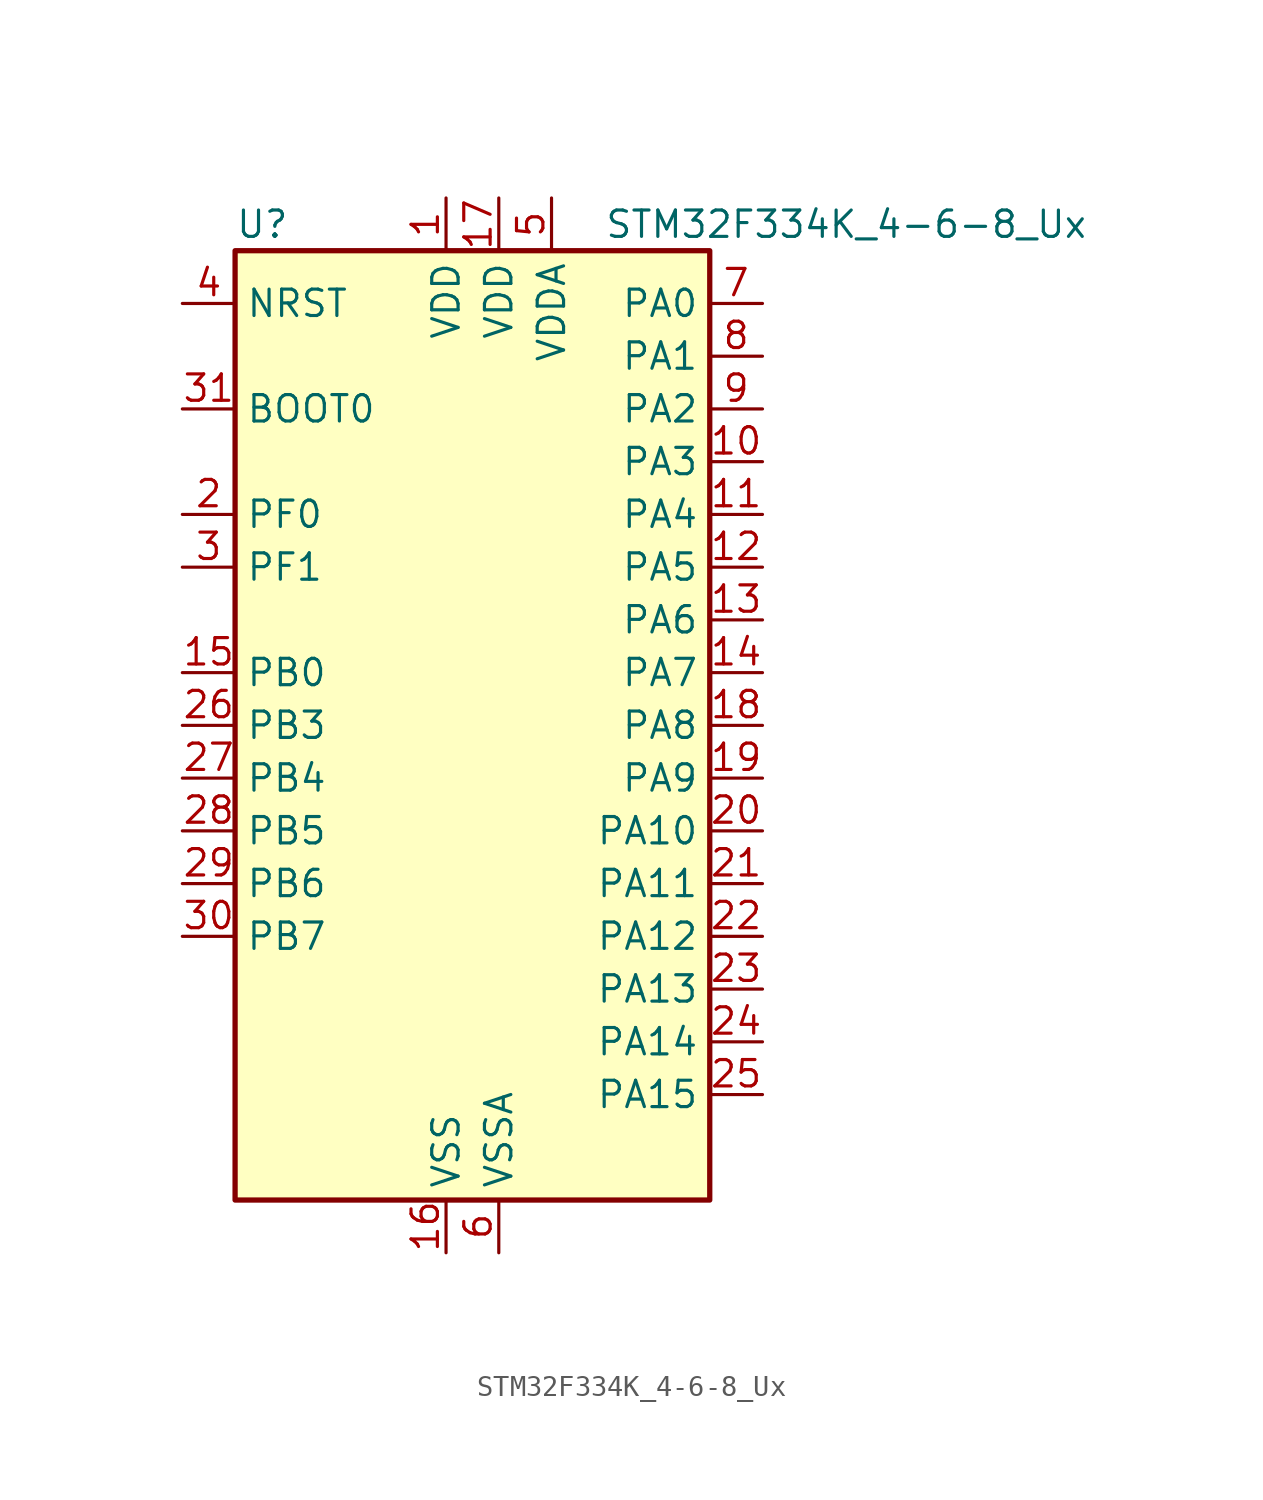
<source format=kicad_sym>
(kicad_symbol_lib
  (version 20220914)
  (generator kicad_symbol_editor)
  (symbol "STM32F334K_4-6-8_Ux"
    (property "Reference" "U"
      (at -10.16 24.13 0)
      (effects (font (size 1.27 1.27)) (justify left)))
    (property "Value" "STM32F334K_4-6-8_Ux"
      (at 7.62 24.13 0)
      (effects (font (size 1.27 1.27)) (justify left)))
    (property "ki_locked" ""
      (at 0 0 0)
      (effects (font (size 1.27 1.27))))
    (symbol "STM32F334K_4-6-8_Ux_0_1"
      (rectangle (start -10.16 -22.86) (end 12.7 22.86) (stroke (width 0.254) (type default)) (fill (type background))))
    (symbol "STM32F334K_4-6-8_Ux_1_1"
      (pin power_in line (at 0 25.4 270) (length 2.54) (name "VDD" (effects (font (size 1.27 1.27)))) (number "1" (effects (font (size 1.27 1.27)))))
      (pin bidirectional line (at 15.24 12.7 180) (length 2.54) (name "PA3" (effects (font (size 1.27 1.27)))) (number "10" (effects (font (size 1.27 1.27)))) (alternate "ADC1_IN4" bidirectional line) (alternate "TIM15_CH2" bidirectional line) (alternate "TIM2_CH4" bidirectional line) (alternate "TSC_G1_IO4" bidirectional line) (alternate "USART2_RX" bidirectional line))
      (pin bidirectional line (at 15.24 10.16 180) (length 2.54) (name "PA4" (effects (font (size 1.27 1.27)))) (number "11" (effects (font (size 1.27 1.27)))) (alternate "ADC2_IN1" bidirectional line) (alternate "COMP2_INM" bidirectional line) (alternate "COMP4_INM" bidirectional line) (alternate "DAC1_OUT1" bidirectional line) (alternate "SPI1_NSS" bidirectional line) (alternate "TIM3_CH2" bidirectional line) (alternate "TSC_G2_IO1" bidirectional line) (alternate "USART2_CK" bidirectional line))
      (pin bidirectional line (at 15.24 7.62 180) (length 2.54) (name "PA5" (effects (font (size 1.27 1.27)))) (number "12" (effects (font (size 1.27 1.27)))) (alternate "ADC2_IN2" bidirectional line) (alternate "DAC1_OUT2" bidirectional line) (alternate "OPAMP2_VINM" bidirectional line) (alternate "OPAMP2_VINM_SEC" bidirectional line) (alternate "SPI1_SCK" bidirectional line) (alternate "TIM2_CH1" bidirectional line) (alternate "TIM2_ETR" bidirectional line) (alternate "TSC_G2_IO2" bidirectional line))
      (pin bidirectional line (at 15.24 5.08 180) (length 2.54) (name "PA6" (effects (font (size 1.27 1.27)))) (number "13" (effects (font (size 1.27 1.27)))) (alternate "ADC2_IN3" bidirectional line) (alternate "DAC2_OUT1" bidirectional line) (alternate "OPAMP2_DIG" bidirectional line) (alternate "OPAMP2_VOUT" bidirectional line) (alternate "SPI1_MISO" bidirectional line) (alternate "TIM16_CH1" bidirectional line) (alternate "TIM1_BKIN" bidirectional line) (alternate "TIM3_CH1" bidirectional line) (alternate "TSC_G2_IO3" bidirectional line))
      (pin bidirectional line (at 15.24 2.54 180) (length 2.54) (name "PA7" (effects (font (size 1.27 1.27)))) (number "14" (effects (font (size 1.27 1.27)))) (alternate "ADC2_IN4" bidirectional line) (alternate "COMP2_INP" bidirectional line) (alternate "OPAMP2_VINP" bidirectional line) (alternate "OPAMP2_VINP_SEC" bidirectional line) (alternate "SPI1_MOSI" bidirectional line) (alternate "TIM17_CH1" bidirectional line) (alternate "TIM1_CH1N" bidirectional line) (alternate "TIM3_CH2" bidirectional line) (alternate "TSC_G2_IO4" bidirectional line))
      (pin bidirectional line (at -12.7 2.54 0) (length 2.54) (name "PB0" (effects (font (size 1.27 1.27)))) (number "15" (effects (font (size 1.27 1.27)))) (alternate "ADC1_IN11" bidirectional line) (alternate "COMP4_INP" bidirectional line) (alternate "OPAMP2_VINP" bidirectional line) (alternate "OPAMP2_VINP_SEC" bidirectional line) (alternate "TIM1_CH2N" bidirectional line) (alternate "TIM3_CH3" bidirectional line) (alternate "TSC_G3_IO2" bidirectional line))
      (pin power_in line (at 0 -25.4 90) (length 2.54) (name "VSS" (effects (font (size 1.27 1.27)))) (number "16" (effects (font (size 1.27 1.27)))))
      (pin power_in line (at 2.54 25.4 270) (length 2.54) (name "VDD" (effects (font (size 1.27 1.27)))) (number "17" (effects (font (size 1.27 1.27)))))
      (pin bidirectional line (at 15.24 0 180) (length 2.54) (name "PA8" (effects (font (size 1.27 1.27)))) (number "18" (effects (font (size 1.27 1.27)))) (alternate "HRTIM1_CHA1" bidirectional line) (alternate "RCC_MCO" bidirectional line) (alternate "TIM1_CH1" bidirectional line) (alternate "USART1_CK" bidirectional line))
      (pin bidirectional line (at 15.24 -2.54 180) (length 2.54) (name "PA9" (effects (font (size 1.27 1.27)))) (number "19" (effects (font (size 1.27 1.27)))) (alternate "DAC1_EXTI9" bidirectional line) (alternate "DAC2_EXTI9" bidirectional line) (alternate "HRTIM1_CHA2" bidirectional line) (alternate "TIM15_BKIN" bidirectional line) (alternate "TIM1_CH2" bidirectional line) (alternate "TIM2_CH3" bidirectional line) (alternate "TSC_G4_IO1" bidirectional line) (alternate "USART1_TX" bidirectional line))
      (pin bidirectional line (at -12.7 10.16 0) (length 2.54) (name "PF0" (effects (font (size 1.27 1.27)))) (number "2" (effects (font (size 1.27 1.27)))) (alternate "RCC_OSC_IN" bidirectional line) (alternate "TIM1_CH3N" bidirectional line))
      (pin bidirectional line (at 15.24 -5.08 180) (length 2.54) (name "PA10" (effects (font (size 1.27 1.27)))) (number "20" (effects (font (size 1.27 1.27)))) (alternate "HRTIM1_CHB1" bidirectional line) (alternate "TIM17_BKIN" bidirectional line) (alternate "TIM1_CH3" bidirectional line) (alternate "TIM2_CH4" bidirectional line) (alternate "TSC_G4_IO2" bidirectional line) (alternate "USART1_RX" bidirectional line))
      (pin bidirectional line (at 15.24 -7.62 180) (length 2.54) (name "PA11" (effects (font (size 1.27 1.27)))) (number "21" (effects (font (size 1.27 1.27)))) (alternate "ADC1_EXTI11" bidirectional line) (alternate "ADC2_EXTI11" bidirectional line) (alternate "CAN_RX" bidirectional line) (alternate "HRTIM1_CHB2" bidirectional line) (alternate "TIM1_BKIN2" bidirectional line) (alternate "TIM1_CH1N" bidirectional line) (alternate "TIM1_CH4" bidirectional line) (alternate "USART1_CTS" bidirectional line))
      (pin bidirectional line (at 15.24 -10.16 180) (length 2.54) (name "PA12" (effects (font (size 1.27 1.27)))) (number "22" (effects (font (size 1.27 1.27)))) (alternate "CAN_TX" bidirectional line) (alternate "COMP2_OUT" bidirectional line) (alternate "HRTIM1_FLT1" bidirectional line) (alternate "TIM16_CH1" bidirectional line) (alternate "TIM1_CH2N" bidirectional line) (alternate "TIM1_ETR" bidirectional line) (alternate "USART1_DE" bidirectional line) (alternate "USART1_RTS" bidirectional line))
      (pin bidirectional line (at 15.24 -12.7 180) (length 2.54) (name "PA13" (effects (font (size 1.27 1.27)))) (number "23" (effects (font (size 1.27 1.27)))) (alternate "IR_OUT" bidirectional line) (alternate "SYS_JTMS-SWDIO" bidirectional line) (alternate "TIM16_CH1N" bidirectional line) (alternate "TSC_G4_IO3" bidirectional line))
      (pin bidirectional line (at 15.24 -15.24 180) (length 2.54) (name "PA14" (effects (font (size 1.27 1.27)))) (number "24" (effects (font (size 1.27 1.27)))) (alternate "I2C1_SDA" bidirectional line) (alternate "SYS_JTCK-SWCLK" bidirectional line) (alternate "TIM1_BKIN" bidirectional line) (alternate "TSC_G4_IO4" bidirectional line) (alternate "USART2_TX" bidirectional line))
      (pin bidirectional line (at 15.24 -17.78 180) (length 2.54) (name "PA15" (effects (font (size 1.27 1.27)))) (number "25" (effects (font (size 1.27 1.27)))) (alternate "ADC1_EXTI15" bidirectional line) (alternate "ADC2_EXTI15" bidirectional line) (alternate "HRTIM1_FLT2" bidirectional line) (alternate "I2C1_SCL" bidirectional line) (alternate "SPI1_NSS" bidirectional line) (alternate "SYS_JTDI" bidirectional line) (alternate "TIM1_BKIN" bidirectional line) (alternate "TIM2_CH1" bidirectional line) (alternate "TIM2_ETR" bidirectional line) (alternate "TSC_SYNC" bidirectional line) (alternate "USART2_RX" bidirectional line))
      (pin bidirectional line (at -12.7 0 0) (length 2.54) (name "PB3" (effects (font (size 1.27 1.27)))) (number "26" (effects (font (size 1.27 1.27)))) (alternate "HRTIM1_EEV9" bidirectional line) (alternate "HRTIM1_SCOUT" bidirectional line) (alternate "SPI1_SCK" bidirectional line) (alternate "SYS_JTDO-TRACESWO" bidirectional line) (alternate "TIM2_CH2" bidirectional line) (alternate "TIM3_ETR" bidirectional line) (alternate "TSC_G5_IO1" bidirectional line) (alternate "USART2_TX" bidirectional line))
      (pin bidirectional line (at -12.7 -2.54 0) (length 2.54) (name "PB4" (effects (font (size 1.27 1.27)))) (number "27" (effects (font (size 1.27 1.27)))) (alternate "HRTIM1_EEV7" bidirectional line) (alternate "SPI1_MISO" bidirectional line) (alternate "SYS_NJTRST" bidirectional line) (alternate "TIM16_CH1" bidirectional line) (alternate "TIM17_BKIN" bidirectional line) (alternate "TIM3_CH1" bidirectional line) (alternate "TSC_G5_IO2" bidirectional line) (alternate "USART2_RX" bidirectional line))
      (pin bidirectional line (at -12.7 -5.08 0) (length 2.54) (name "PB5" (effects (font (size 1.27 1.27)))) (number "28" (effects (font (size 1.27 1.27)))) (alternate "HRTIM1_EEV6" bidirectional line) (alternate "I2C1_SMBA" bidirectional line) (alternate "SPI1_MOSI" bidirectional line) (alternate "TIM16_BKIN" bidirectional line) (alternate "TIM17_CH1" bidirectional line) (alternate "TIM3_CH2" bidirectional line) (alternate "USART2_CK" bidirectional line))
      (pin bidirectional line (at -12.7 -7.62 0) (length 2.54) (name "PB6" (effects (font (size 1.27 1.27)))) (number "29" (effects (font (size 1.27 1.27)))) (alternate "HRTIM1_EEV4" bidirectional line) (alternate "HRTIM1_SCIN" bidirectional line) (alternate "I2C1_SCL" bidirectional line) (alternate "TIM16_CH1N" bidirectional line) (alternate "TSC_G5_IO3" bidirectional line) (alternate "USART1_TX" bidirectional line))
      (pin bidirectional line (at -12.7 7.62 0) (length 2.54) (name "PF1" (effects (font (size 1.27 1.27)))) (number "3" (effects (font (size 1.27 1.27)))) (alternate "RCC_OSC_OUT" bidirectional line))
      (pin bidirectional line (at -12.7 -10.16 0) (length 2.54) (name "PB7" (effects (font (size 1.27 1.27)))) (number "30" (effects (font (size 1.27 1.27)))) (alternate "HRTIM1_EEV3" bidirectional line) (alternate "I2C1_SDA" bidirectional line) (alternate "TIM17_CH1N" bidirectional line) (alternate "TIM3_CH4" bidirectional line) (alternate "TSC_G5_IO4" bidirectional line) (alternate "USART1_RX" bidirectional line))
      (pin input line (at -12.7 15.24 0) (length 2.54) (name "BOOT0" (effects (font (size 1.27 1.27)))) (number "31" (effects (font (size 1.27 1.27)))))
      (pin passive line (at 0 -25.4 90) (length 2.54) hide (name "VSS" (effects (font (size 1.27 1.27)))) (number "32" (effects (font (size 1.27 1.27)))))
      (pin passive line (at 0 -25.4 90) (length 2.54) hide (name "VSS" (effects (font (size 1.27 1.27)))) (number "33" (effects (font (size 1.27 1.27)))))
      (pin input line (at -12.7 20.32 0) (length 2.54) (name "NRST" (effects (font (size 1.27 1.27)))) (number "4" (effects (font (size 1.27 1.27)))))
      (pin power_in line (at 5.08 25.4 270) (length 2.54) (name "VDDA" (effects (font (size 1.27 1.27)))) (number "5" (effects (font (size 1.27 1.27)))))
      (pin power_in line (at 2.54 -25.4 90) (length 2.54) (name "VSSA" (effects (font (size 1.27 1.27)))) (number "6" (effects (font (size 1.27 1.27)))))
      (pin bidirectional line (at 15.24 20.32 180) (length 2.54) (name "PA0" (effects (font (size 1.27 1.27)))) (number "7" (effects (font (size 1.27 1.27)))) (alternate "ADC1_IN1" bidirectional line) (alternate "RTC_TAMP2" bidirectional line) (alternate "SYS_WKUP1" bidirectional line) (alternate "TIM2_CH1" bidirectional line) (alternate "TIM2_ETR" bidirectional line) (alternate "TSC_G1_IO1" bidirectional line) (alternate "USART2_CTS" bidirectional line))
      (pin bidirectional line (at 15.24 17.78 180) (length 2.54) (name "PA1" (effects (font (size 1.27 1.27)))) (number "8" (effects (font (size 1.27 1.27)))) (alternate "ADC1_IN2" bidirectional line) (alternate "RTC_REFIN" bidirectional line) (alternate "TIM15_CH1N" bidirectional line) (alternate "TIM2_CH2" bidirectional line) (alternate "TSC_G1_IO2" bidirectional line) (alternate "USART2_DE" bidirectional line) (alternate "USART2_RTS" bidirectional line))
      (pin bidirectional line (at 15.24 15.24 180) (length 2.54) (name "PA2" (effects (font (size 1.27 1.27)))) (number "9" (effects (font (size 1.27 1.27)))) (alternate "ADC1_IN3" bidirectional line) (alternate "COMP2_INM" bidirectional line) (alternate "COMP2_OUT" bidirectional line) (alternate "TIM15_CH1" bidirectional line) (alternate "TIM2_CH3" bidirectional line) (alternate "TSC_G1_IO3" bidirectional line) (alternate "USART2_TX" bidirectional line)))))
</source>
